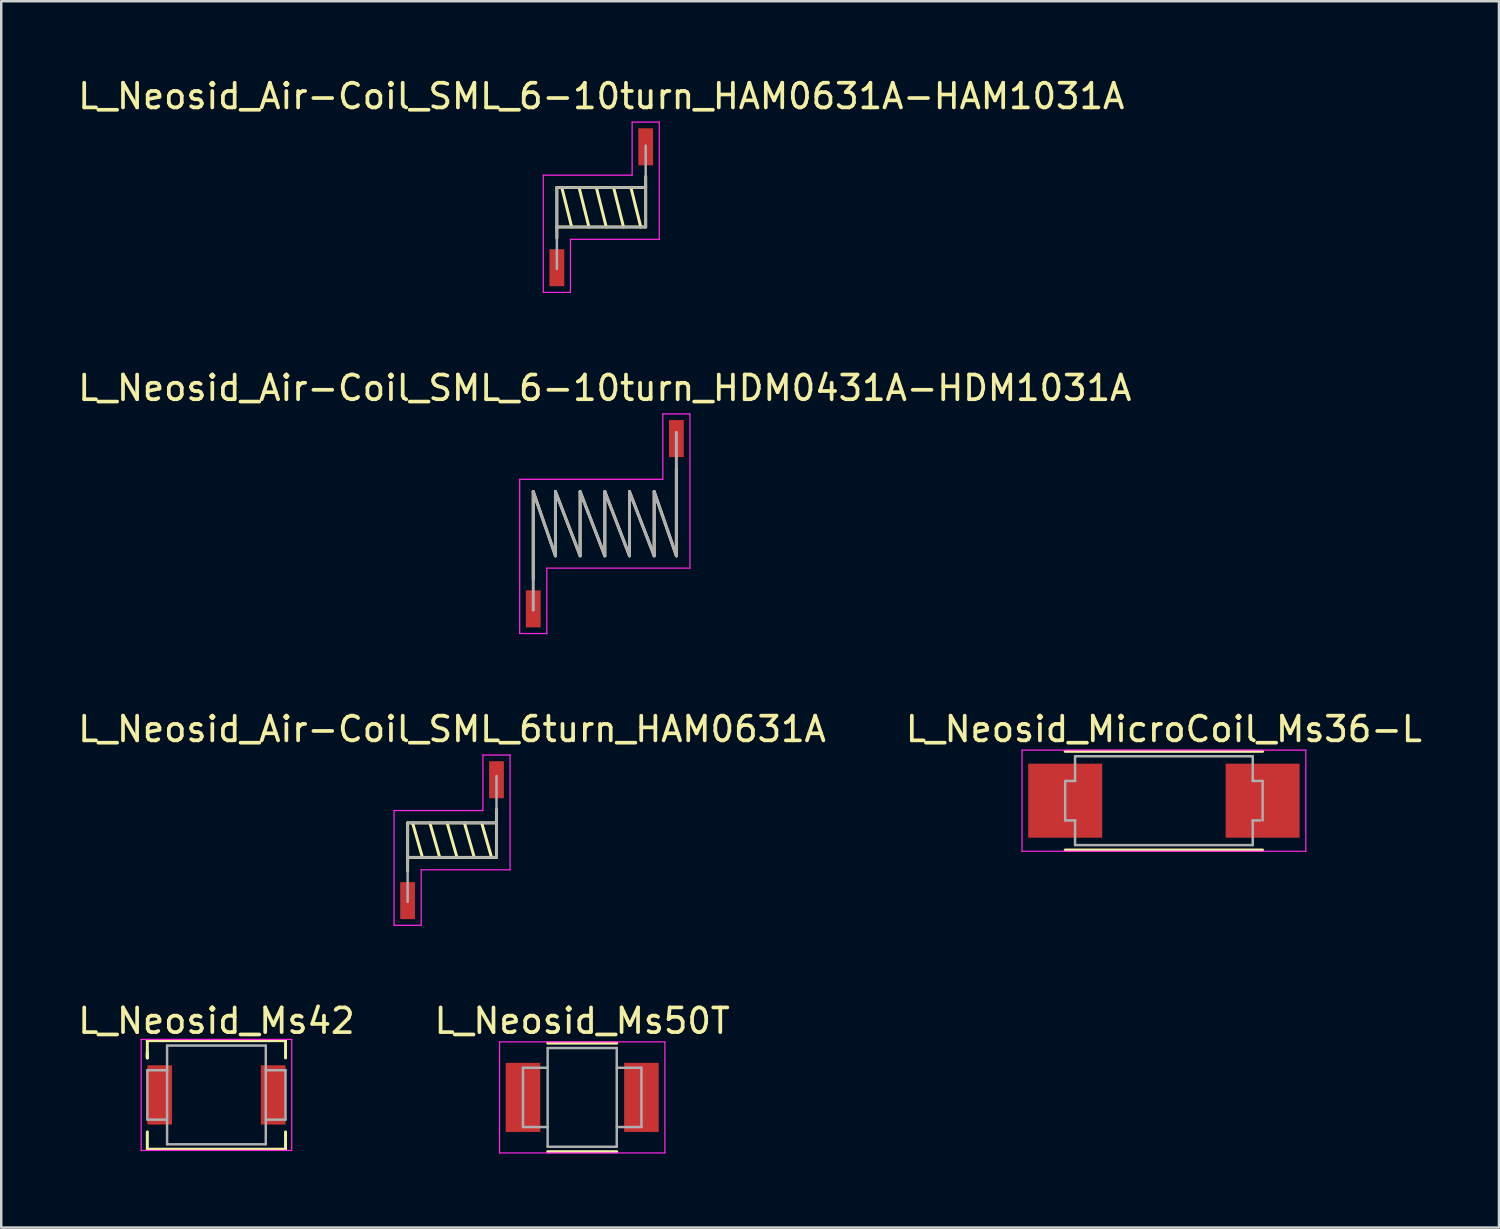
<source format=kicad_pcb>
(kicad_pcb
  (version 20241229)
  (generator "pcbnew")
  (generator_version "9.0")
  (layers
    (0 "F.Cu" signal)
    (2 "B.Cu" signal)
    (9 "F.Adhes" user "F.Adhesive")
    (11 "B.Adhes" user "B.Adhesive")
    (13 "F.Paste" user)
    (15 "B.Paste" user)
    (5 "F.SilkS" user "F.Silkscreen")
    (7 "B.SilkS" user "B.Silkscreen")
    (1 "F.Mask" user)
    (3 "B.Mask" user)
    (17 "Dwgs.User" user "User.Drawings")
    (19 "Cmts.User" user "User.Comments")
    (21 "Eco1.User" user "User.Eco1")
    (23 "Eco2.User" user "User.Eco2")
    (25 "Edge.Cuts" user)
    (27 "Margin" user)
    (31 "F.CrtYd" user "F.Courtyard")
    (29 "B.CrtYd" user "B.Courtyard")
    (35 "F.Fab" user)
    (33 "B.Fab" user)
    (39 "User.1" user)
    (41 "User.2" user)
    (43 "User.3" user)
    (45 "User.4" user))
  (footprint "L_Neosid_Air-Coil_SML_6-10turn_HDM0431A-HDM1031A"
    (layer "F.Cu")
    (at 21.458 18.172)
    (property "Reference" "L_Neosid_Air-Coil_SML_6-10turn_HDM0431A-HDM1031A" (at 0 -5.5 0) (layer "F.SilkS") (effects (font (size 1 1) (thickness 0.15))))
    (attr smd)
    (fp_line (start -2.9 -1.3) (end -2.9 2.25) (stroke (width 0.12) (type solid)) (layer "F.SilkS"))
    (fp_line (start -2.9 -1.3) (end -2 1.3) (stroke (width 0.12) (type solid)) (layer "F.SilkS"))
    (fp_line (start -2 -1.3) (end -2 1.3) (stroke (width 0.12) (type solid)) (layer "F.SilkS"))
    (fp_line (start -2 -1.3) (end -1 1.3) (stroke (width 0.12) (type solid)) (layer "F.SilkS"))
    (fp_line (start -1 -1.3) (end -1 1.3) (stroke (width 0.12) (type solid)) (layer "F.SilkS"))
    (fp_line (start -1 -1.3) (end 0 1.3) (stroke (width 0.12) (type solid)) (layer "F.SilkS"))
    (fp_line (start 0 -1.3) (end 0 1.3) (stroke (width 0.12) (type solid)) (layer "F.SilkS"))
    (fp_line (start 0 -1.3) (end 1 1.3) (stroke (width 0.12) (type solid)) (layer "F.SilkS"))
    (fp_line (start 1 -1.3) (end 1 1.3) (stroke (width 0.12) (type solid)) (layer "F.SilkS"))
    (fp_line (start 1 -1.3) (end 2 1.3) (stroke (width 0.12) (type solid)) (layer "F.SilkS"))
    (fp_line (start 2 -1.3) (end 2 1.3) (stroke (width 0.12) (type solid)) (layer "F.SilkS"))
    (fp_line (start 2 -1.3) (end 2.9 1.3) (stroke (width 0.12) (type solid)) (layer "F.SilkS"))
    (fp_line (start 2.9 1.3) (end 2.9 -2.25) (stroke (width 0.12) (type solid)) (layer "F.SilkS"))
    (fp_line (start -3.45 -1.8) (end -3.45 4.45) (stroke (width 0.05) (type solid)) (layer "F.CrtYd"))
    (fp_line (start -3.45 4.45) (end -2.35 4.45) (stroke (width 0.05) (type solid)) (layer "F.CrtYd"))
    (fp_line (start -2.35 1.8) (end 3.45 1.8) (stroke (width 0.05) (type solid)) (layer "F.CrtYd"))
    (fp_line (start -2.35 4.45) (end -2.35 1.8) (stroke (width 0.05) (type solid)) (layer "F.CrtYd"))
    (fp_line (start 2.35 -4.45) (end 2.35 -1.8) (stroke (width 0.05) (type solid)) (layer "F.CrtYd"))
    (fp_line (start 2.35 -1.8) (end -3.45 -1.8) (stroke (width 0.05) (type solid)) (layer "F.CrtYd"))
    (fp_line (start 3.45 -4.45) (end 2.35 -4.45) (stroke (width 0.05) (type solid)) (layer "F.CrtYd"))
    (fp_line (start 3.45 1.8) (end 3.45 -4.45) (stroke (width 0.05) (type solid)) (layer "F.CrtYd"))
    (fp_line (start -2.9 -1.3) (end -2 1.3) (stroke (width 0.12) (type solid)) (layer "F.Fab"))
    (fp_line (start -2.9 3.5) (end -2.9 -1.3) (stroke (width 0.12) (type solid)) (layer "F.Fab"))
    (fp_line (start -2 -1.3) (end -1 1.3) (stroke (width 0.12) (type solid)) (layer "F.Fab"))
    (fp_line (start -2 1.3) (end -2 -1.3) (stroke (width 0.12) (type solid)) (layer "F.Fab"))
    (fp_line (start -1 -1.3) (end 0 1.3) (stroke (width 0.12) (type solid)) (layer "F.Fab"))
    (fp_line (start -1 1.3) (end -1 -1.3) (stroke (width 0.12) (type solid)) (layer "F.Fab"))
    (fp_line (start 0 -1.3) (end 1 1.3) (stroke (width 0.12) (type solid)) (layer "F.Fab"))
    (fp_line (start 0 1.3) (end 0 -1.3) (stroke (width 0.12) (type solid)) (layer "F.Fab"))
    (fp_line (start 1 -1.3) (end 2 1.3) (stroke (width 0.12) (type solid)) (layer "F.Fab"))
    (fp_line (start 1 1.3) (end 1 -1.3) (stroke (width 0.12) (type solid)) (layer "F.Fab"))
    (fp_line (start 2 -1.3) (end 2.9 1.3) (stroke (width 0.12) (type solid)) (layer "F.Fab"))
    (fp_line (start 2 1.3) (end 2 -1.3) (stroke (width 0.12) (type solid)) (layer "F.Fab"))
    (fp_line (start 2.9 1.3) (end 2.9 -3.7) (stroke (width 0.12) (type solid)) (layer "F.Fab"))
    (pad "1" smd rect (at -2.9 3.45) (size 0.6 1.5) (layers "F.Cu" "F.Mask" "F.Paste"))
    (pad "2" smd rect (at 2.9 -3.45) (size 0.6 1.5) (layers "F.Cu" "F.Mask" "F.Paste")))
  (footprint "L_Neosid_Air-Coil_SML_6turn_HAM0631A"
    (layer "F.Cu")
    (at 15.268 30.995)
    (property "Reference" "L_Neosid_Air-Coil_SML_6turn_HAM0631A" (at 0 -4.5 0) (layer "F.SilkS") (effects (font (size 1 1) (thickness 0.15))))
    (attr smd)
    (fp_line (start -1.8 -0.7) (end -1.8 1.25) (stroke (width 0.12) (type solid)) (layer "F.SilkS"))
    (fp_line (start -1.8 -0.7) (end 1.8 -0.7) (stroke (width 0.12) (type solid)) (layer "F.SilkS"))
    (fp_line (start -1.6 -0.7) (end -1.2 0.7) (stroke (width 0.12) (type solid)) (layer "F.SilkS"))
    (fp_line (start -0.9 -0.7) (end -0.5 0.7) (stroke (width 0.12) (type solid)) (layer "F.SilkS"))
    (fp_line (start -0.2 -0.7) (end 0.2 0.7) (stroke (width 0.12) (type solid)) (layer "F.SilkS"))
    (fp_line (start 0.5 -0.7) (end 0.9 0.7) (stroke (width 0.12) (type solid)) (layer "F.SilkS"))
    (fp_line (start 1.2 -0.7) (end 1.6 0.7) (stroke (width 0.12) (type solid)) (layer "F.SilkS"))
    (fp_line (start 1.8 0.7) (end -1.8 0.7) (stroke (width 0.12) (type solid)) (layer "F.SilkS"))
    (fp_line (start 1.8 0.7) (end 1.8 -1.25) (stroke (width 0.12) (type solid)) (layer "F.SilkS"))
    (fp_line (start -2.35 -1.2) (end -2.35 3.45) (stroke (width 0.05) (type solid)) (layer "F.CrtYd"))
    (fp_line (start -2.35 3.45) (end -1.25 3.45) (stroke (width 0.05) (type solid)) (layer "F.CrtYd"))
    (fp_line (start -1.25 1.2) (end 2.35 1.2) (stroke (width 0.05) (type solid)) (layer "F.CrtYd"))
    (fp_line (start -1.25 3.45) (end -1.25 1.2) (stroke (width 0.05) (type solid)) (layer "F.CrtYd"))
    (fp_line (start 1.25 -3.45) (end 1.25 -1.2) (stroke (width 0.05) (type solid)) (layer "F.CrtYd"))
    (fp_line (start 1.25 -1.2) (end -2.35 -1.2) (stroke (width 0.05) (type solid)) (layer "F.CrtYd"))
    (fp_line (start 2.35 -3.45) (end 1.25 -3.45) (stroke (width 0.05) (type solid)) (layer "F.CrtYd"))
    (fp_line (start 2.35 1.2) (end 2.35 -3.45) (stroke (width 0.05) (type solid)) (layer "F.CrtYd"))
    (fp_line (start -1.8 -0.7) (end 1.8 -0.7) (stroke (width 0.1) (type solid)) (layer "F.Fab"))
    (fp_line (start -1.8 0.7) (end 1.8 0.7) (stroke (width 0.1) (type solid)) (layer "F.Fab"))
    (fp_line (start -1.8 2.5) (end -1.8 -0.7) (stroke (width 0.1) (type solid)) (layer "F.Fab"))
    (fp_line (start 1.8 0.7) (end 1.8 -2.6) (stroke (width 0.1) (type solid)) (layer "F.Fab"))
    (pad "1" smd rect (at -1.8 2.45) (size 0.6 1.5) (layers "F.Cu" "F.Mask" "F.Paste"))
    (pad "2" smd rect (at 1.8 -2.45) (size 0.6 1.5) (layers "F.Cu" "F.Mask" "F.Paste")))
  (footprint "L_Neosid_MicroCoil_Ms36-L"
    (layer "F.Cu")
    (at 44.113 29.395)
    (property "Reference" "L_Neosid_MicroCoil_Ms36-L" (at 0 -2.9 0) (layer "F.SilkS") (effects (font (size 1 1) (thickness 0.15))))
    (attr smd)
    (fp_line (start 4 -2) (end -4 -2) (stroke (width 0.12) (type solid)) (layer "F.SilkS"))
    (fp_line (start 4 2) (end -4 2) (stroke (width 0.12) (type solid)) (layer "F.SilkS"))
    (fp_line (start -5.75 -2.05) (end -5.75 2.05) (stroke (width 0.05) (type solid)) (layer "F.CrtYd"))
    (fp_line (start -5.75 -2.05) (end 5.75 -2.05) (stroke (width 0.05) (type solid)) (layer "F.CrtYd"))
    (fp_line (start 5.75 2.05) (end -5.75 2.05) (stroke (width 0.05) (type solid)) (layer "F.CrtYd"))
    (fp_line (start 5.75 2.05) (end 5.75 -2.05) (stroke (width 0.05) (type solid)) (layer "F.CrtYd"))
    (fp_line (start -4 -0.8) (end -3.6 -0.8) (stroke (width 0.1) (type solid)) (layer "F.Fab"))
    (fp_line (start -4 0.8) (end -4 -0.8) (stroke (width 0.1) (type solid)) (layer "F.Fab"))
    (fp_line (start -4 0.8) (end -3.6 0.8) (stroke (width 0.1) (type solid)) (layer "F.Fab"))
    (fp_line (start -3.6 -1.8) (end 3.6 -1.8) (stroke (width 0.1) (type solid)) (layer "F.Fab"))
    (fp_line (start -3.6 -0.8) (end -3.6 -1.8) (stroke (width 0.1) (type solid)) (layer "F.Fab"))
    (fp_line (start -3.6 1.8) (end -3.6 0.8) (stroke (width 0.1) (type solid)) (layer "F.Fab"))
    (fp_line (start 3.6 -0.8) (end 3.6 -1.8) (stroke (width 0.1) (type solid)) (layer "F.Fab"))
    (fp_line (start 3.6 0.8) (end 3.9 0.8) (stroke (width 0.1) (type solid)) (layer "F.Fab"))
    (fp_line (start 3.6 1.8) (end -3.6 1.8) (stroke (width 0.1) (type solid)) (layer "F.Fab"))
    (fp_line (start 3.6 1.8) (end 3.6 0.8) (stroke (width 0.1) (type solid)) (layer "F.Fab"))
    (fp_line (start 4 -0.8) (end 3.6 -0.8) (stroke (width 0.1) (type solid)) (layer "F.Fab"))
    (fp_line (start 4 -0.8) (end 4 0.8) (stroke (width 0.1) (type solid)) (layer "F.Fab"))
    (pad "1" smd rect (at -4 0) (size 3 3) (layers "F.Cu" "F.Mask" "F.Paste"))
    (pad "2" smd rect (at 4 0) (size 3 3) (layers "F.Cu" "F.Mask" "F.Paste")))
  (footprint "L_Neosid_Ms42"
    (layer "F.Cu")
    (at 5.72 41.318)
    (property "Reference" "L_Neosid_Ms42" (at 0 -3 0) (layer "F.SilkS") (effects (font (size 1 1) (thickness 0.15))))
    (attr smd)
    (fp_line (start -2.8 -2.2) (end -2.8 -1.5) (stroke (width 0.12) (type solid)) (layer "F.SilkS"))
    (fp_line (start -2.8 -1.7) (end -2.8 -1.5) (stroke (width 0.12) (type solid)) (layer "F.SilkS"))
    (fp_line (start -2.8 -1.5) (end -2.8 -1.7) (stroke (width 0.12) (type solid)) (layer "F.SilkS"))
    (fp_line (start -2.8 2.2) (end -2.8 1.5) (stroke (width 0.12) (type solid)) (layer "F.SilkS"))
    (fp_line (start 2.8 -2.2) (end -2.8 -2.2) (stroke (width 0.12) (type solid)) (layer "F.SilkS"))
    (fp_line (start 2.8 -2.2) (end 2.8 -1.6) (stroke (width 0.12) (type solid)) (layer "F.SilkS"))
    (fp_line (start 2.8 -1.6) (end 2.8 -1.5) (stroke (width 0.12) (type solid)) (layer "F.SilkS"))
    (fp_line (start 2.8 1.5) (end 2.8 2.2) (stroke (width 0.12) (type solid)) (layer "F.SilkS"))
    (fp_line (start 2.8 2.2) (end -2.8 2.2) (stroke (width 0.12) (type solid)) (layer "F.SilkS"))
    (fp_line (start -3.05 -2.25) (end -3.05 2.25) (stroke (width 0.05) (type solid)) (layer "F.CrtYd"))
    (fp_line (start -3.05 -2.25) (end 3.05 -2.25) (stroke (width 0.05) (type solid)) (layer "F.CrtYd"))
    (fp_line (start 3.05 2.25) (end -3.05 2.25) (stroke (width 0.05) (type solid)) (layer "F.CrtYd"))
    (fp_line (start 3.05 2.25) (end 3.05 -2.25) (stroke (width 0.05) (type solid)) (layer "F.CrtYd"))
    (fp_line (start -2.8 -1) (end -2 -1) (stroke (width 0.1) (type solid)) (layer "F.Fab"))
    (fp_line (start -2.8 1) (end -2.8 -1) (stroke (width 0.1) (type solid)) (layer "F.Fab"))
    (fp_line (start -2 -2) (end 2 -2) (stroke (width 0.1) (type solid)) (layer "F.Fab"))
    (fp_line (start -2 1) (end -2.8 1) (stroke (width 0.1) (type solid)) (layer "F.Fab"))
    (fp_line (start -2 2) (end -2 -2) (stroke (width 0.1) (type solid)) (layer "F.Fab"))
    (fp_line (start 2 -2) (end 2 2) (stroke (width 0.1) (type solid)) (layer "F.Fab"))
    (fp_line (start 2 -1) (end 2.8 -1) (stroke (width 0.1) (type solid)) (layer "F.Fab"))
    (fp_line (start 2 2) (end -2 2) (stroke (width 0.1) (type solid)) (layer "F.Fab"))
    (fp_line (start 2.8 -1) (end 2.8 1) (stroke (width 0.1) (type solid)) (layer "F.Fab"))
    (fp_line (start 2.8 1) (end 2 1) (stroke (width 0.1) (type solid)) (layer "F.Fab"))
    (pad "1" smd rect (at -2.3 0) (size 1 2.4) (layers "F.Cu" "F.Mask" "F.Paste"))
    (pad "2" smd rect (at 2.3 0) (size 1 2.4) (layers "F.Cu" "F.Mask" "F.Paste")))
  (footprint "L_Neosid_Air-Coil_SML_6-10turn_HAM0631A-HAM1031A"
    (layer "F.Cu")
    (at 21.315 5.348)
    (property "Reference" "L_Neosid_Air-Coil_SML_6-10turn_HAM0631A-HAM1031A" (at 0 -4.5 0) (layer "F.SilkS") (effects (font (size 1 1) (thickness 0.15))))
    (attr smd)
    (fp_line (start -1.8 -0.8) (end -1.8 1.25) (stroke (width 0.12) (type solid)) (layer "F.SilkS"))
    (fp_line (start -1.8 -0.8) (end 1.8 -0.8) (stroke (width 0.12) (type solid)) (layer "F.SilkS"))
    (fp_line (start -1.6 -0.8) (end -1.2 0.8) (stroke (width 0.12) (type solid)) (layer "F.SilkS"))
    (fp_line (start -0.9 -0.8) (end -0.5 0.8) (stroke (width 0.12) (type solid)) (layer "F.SilkS"))
    (fp_line (start -0.2 -0.8) (end 0.2 0.8) (stroke (width 0.12) (type solid)) (layer "F.SilkS"))
    (fp_line (start 0.5 -0.8) (end 0.9 0.8) (stroke (width 0.12) (type solid)) (layer "F.SilkS"))
    (fp_line (start 1.2 -0.8) (end 1.6 0.8) (stroke (width 0.12) (type solid)) (layer "F.SilkS"))
    (fp_line (start 1.8 0.8) (end -1.8 0.8) (stroke (width 0.12) (type solid)) (layer "F.SilkS"))
    (fp_line (start 1.8 0.8) (end 1.8 -1.25) (stroke (width 0.12) (type solid)) (layer "F.SilkS"))
    (fp_line (start -2.35 -1.3) (end -2.35 3.45) (stroke (width 0.05) (type solid)) (layer "F.CrtYd"))
    (fp_line (start -2.35 3.45) (end -1.25 3.45) (stroke (width 0.05) (type solid)) (layer "F.CrtYd"))
    (fp_line (start -1.25 1.3) (end 2.35 1.3) (stroke (width 0.05) (type solid)) (layer "F.CrtYd"))
    (fp_line (start -1.25 3.45) (end -1.25 1.3) (stroke (width 0.05) (type solid)) (layer "F.CrtYd"))
    (fp_line (start 1.25 -3.45) (end 1.25 -1.3) (stroke (width 0.05) (type solid)) (layer "F.CrtYd"))
    (fp_line (start 1.25 -1.3) (end -2.35 -1.3) (stroke (width 0.05) (type solid)) (layer "F.CrtYd"))
    (fp_line (start 2.35 -3.45) (end 1.25 -3.45) (stroke (width 0.05) (type solid)) (layer "F.CrtYd"))
    (fp_line (start 2.35 1.3) (end 2.35 -3.45) (stroke (width 0.05) (type solid)) (layer "F.CrtYd"))
    (fp_line (start -1.8 -0.8) (end -1.8 2.5) (stroke (width 0.1) (type solid)) (layer "F.Fab"))
    (fp_line (start -1.8 -0.8) (end 1.8 -0.8) (stroke (width 0.1) (type solid)) (layer "F.Fab"))
    (fp_line (start 1.8 0.8) (end -1.8 0.8) (stroke (width 0.1) (type solid)) (layer "F.Fab"))
    (fp_line (start 1.8 0.8) (end 1.8 -2.5) (stroke (width 0.1) (type solid)) (layer "F.Fab"))
    (pad "1" smd rect (at -1.8 2.45) (size 0.6 1.5) (layers "F.Cu" "F.Mask" "F.Paste"))
    (pad "2" smd rect (at 1.8 -2.45) (size 0.6 1.5) (layers "F.Cu" "F.Mask" "F.Paste")))
  (footprint "L_Neosid_Ms50T"
    (layer "F.Cu")
    (at 20.542 41.418)
    (property "Reference" "L_Neosid_Ms50T" (at 0 -3.1 0) (layer "F.SilkS") (effects (font (size 1 1) (thickness 0.15))))
    (attr smd)
    (fp_line (start -1.4 2.2) (end 1.4 2.2) (stroke (width 0.12) (type solid)) (layer "F.SilkS"))
    (fp_line (start 1.4 -2.2) (end -1.4 -2.2) (stroke (width 0.12) (type solid)) (layer "F.SilkS"))
    (fp_line (start -3.35 -2.25) (end -3.35 2.25) (stroke (width 0.05) (type solid)) (layer "F.CrtYd"))
    (fp_line (start -3.35 -2.25) (end 3.35 -2.25) (stroke (width 0.05) (type solid)) (layer "F.CrtYd"))
    (fp_line (start 3.35 2.25) (end -3.35 2.25) (stroke (width 0.05) (type solid)) (layer "F.CrtYd"))
    (fp_line (start 3.35 2.25) (end 3.35 -2.25) (stroke (width 0.05) (type solid)) (layer "F.CrtYd"))
    (fp_line (start -2.4 -1.2) (end -2.4 1.2) (stroke (width 0.1) (type solid)) (layer "F.Fab"))
    (fp_line (start -2.4 -1.2) (end -1.4 -1.2) (stroke (width 0.1) (type solid)) (layer "F.Fab"))
    (fp_line (start -2.4 1.2) (end -1.4 1.2) (stroke (width 0.1) (type solid)) (layer "F.Fab"))
    (fp_line (start -1.4 -2) (end -1.4 2) (stroke (width 0.1) (type solid)) (layer "F.Fab"))
    (fp_line (start -1.4 2) (end 1.4 2) (stroke (width 0.1) (type solid)) (layer "F.Fab"))
    (fp_line (start 1.4 -2) (end -1.4 -2) (stroke (width 0.1) (type solid)) (layer "F.Fab"))
    (fp_line (start 1.4 1.2) (end 2.4 1.2) (stroke (width 0.1) (type solid)) (layer "F.Fab"))
    (fp_line (start 1.4 2) (end 1.4 -2) (stroke (width 0.1) (type solid)) (layer "F.Fab"))
    (fp_line (start 2.4 -1.2) (end 1.4 -1.2) (stroke (width 0.1) (type solid)) (layer "F.Fab"))
    (fp_line (start 2.4 1.2) (end 2.4 -1.2) (stroke (width 0.1) (type solid)) (layer "F.Fab"))
    (pad "1" smd rect (at -2.4 0) (size 1.4 2.8) (layers "F.Cu" "F.Mask" "F.Paste"))
    (pad "2" smd rect (at 2.4 0) (size 1.4 2.8) (layers "F.Cu" "F.Mask" "F.Paste")))
  (gr_rect
    (start -3 -3)
    (end 57.69 46.693)
    (stroke (width 0.1) (type default))
    (fill no)
    (layer "Edge.Cuts")))
</source>
